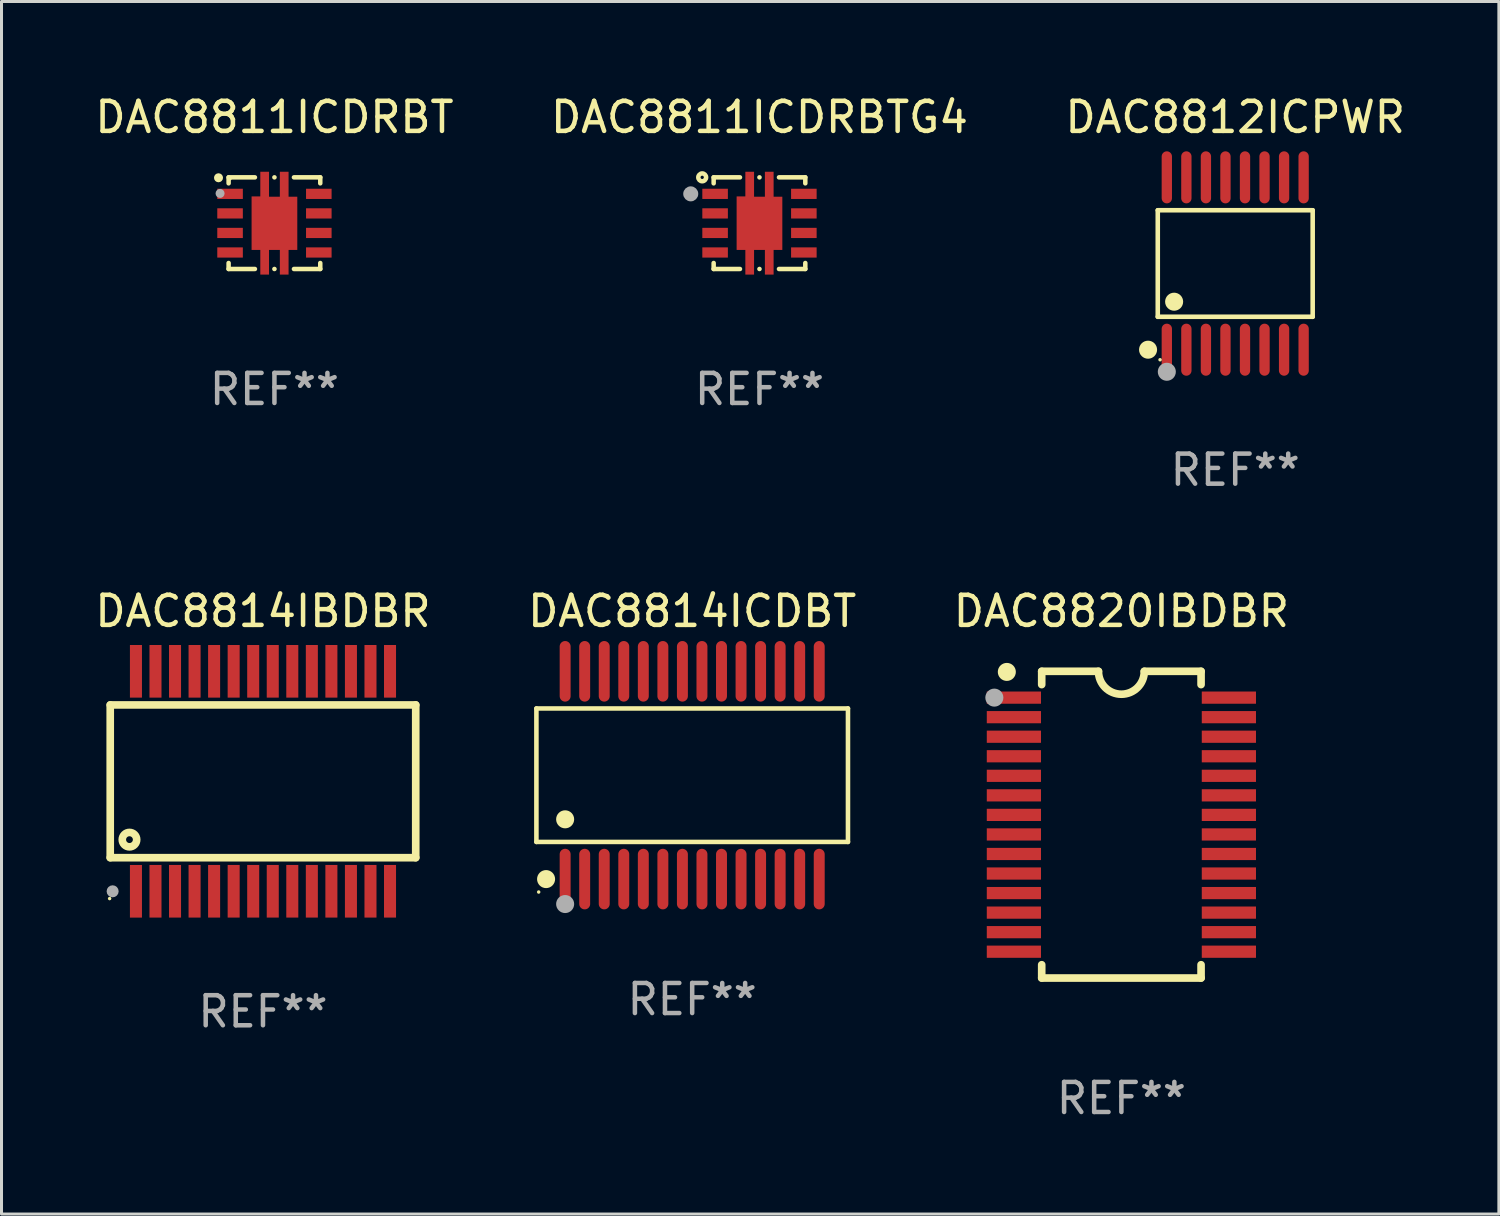
<source format=kicad_pcb>
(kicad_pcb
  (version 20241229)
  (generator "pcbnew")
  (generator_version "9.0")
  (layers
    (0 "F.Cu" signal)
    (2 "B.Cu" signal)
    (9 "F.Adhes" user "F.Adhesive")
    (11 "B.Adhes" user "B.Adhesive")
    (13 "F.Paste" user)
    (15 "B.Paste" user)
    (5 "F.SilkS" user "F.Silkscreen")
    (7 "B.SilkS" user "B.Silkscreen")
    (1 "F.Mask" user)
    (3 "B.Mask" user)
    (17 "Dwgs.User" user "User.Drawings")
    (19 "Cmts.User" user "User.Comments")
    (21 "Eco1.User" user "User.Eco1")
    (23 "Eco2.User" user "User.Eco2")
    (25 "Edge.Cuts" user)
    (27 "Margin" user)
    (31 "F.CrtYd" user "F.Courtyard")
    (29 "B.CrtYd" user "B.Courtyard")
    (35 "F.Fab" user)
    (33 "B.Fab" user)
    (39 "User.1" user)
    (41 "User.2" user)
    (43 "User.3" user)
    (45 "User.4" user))
  (footprint "DAC8811ICDRBT"
    (layer "F.Cu")
    (at 6.077 4.372)
    (property "Reference" "DAC8811ICDRBT" (at 0 -3.524 0) (layer "F.SilkS") (effects (font (size 1 1) (thickness 0.15))))
    (attr through_hole)
    (fp_line (start -1.524 -1.524) (end -1.524 -1.325) (stroke (width 0.15) (type solid)) (layer "F.SilkS"))
    (fp_line (start -1.524 1.325) (end -1.524 1.524) (stroke (width 0.15) (type solid)) (layer "F.SilkS"))
    (fp_line (start -1.524 1.524) (end -0.649 1.524) (stroke (width 0.15) (type solid)) (layer "F.SilkS"))
    (fp_line (start -0.649 -1.524) (end -1.524 -1.524) (stroke (width 0.15) (type solid)) (layer "F.SilkS"))
    (fp_line (start -0.001 1.524) (end 0.001 1.524) (stroke (width 0.15) (type solid)) (layer "F.SilkS"))
    (fp_line (start 0.001 -1.524) (end -0.001 -1.524) (stroke (width 0.15) (type solid)) (layer "F.SilkS"))
    (fp_line (start 0.649 1.524) (end 1.524 1.524) (stroke (width 0.15) (type solid)) (layer "F.SilkS"))
    (fp_line (start 1.524 -1.524) (end 0.649 -1.524) (stroke (width 0.15) (type solid)) (layer "F.SilkS"))
    (fp_line (start 1.524 -1.325) (end 1.524 -1.524) (stroke (width 0.15) (type solid)) (layer "F.SilkS"))
    (fp_line (start 1.524 1.524) (end 1.524 1.325) (stroke (width 0.15) (type solid)) (layer "F.SilkS"))
    (fp_circle (center -1.86 -1.51) (end -1.785 -1.51) (stroke (width 0.15) (type solid)) (fill no) (layer "F.SilkS"))
    (fp_circle (center -1.477 -1.478) (end -1.447 -1.478) (stroke (width 0.06) (type solid)) (fill no) (layer "F.SilkS"))
    (fp_circle (center -1.808 -0.989) (end -1.733 -0.989) (stroke (width 0.15) (type solid)) (fill no) (layer "F.Fab"))
    (fp_text user "REF**" (at 0 5.524 0) (layer "F.Fab") (effects (font (size 1 1) (thickness 0.15))))
    (pad "1" smd rect (at -1.476 -0.975) (size 0.85 0.34) (layers "F.Cu" "F.Mask" "F.Paste"))
    (pad "2" smd rect (at -1.476 -0.325) (size 0.85 0.34) (layers "F.Cu" "F.Mask" "F.Paste"))
    (pad "3" smd rect (at -1.476 0.325) (size 0.85 0.34) (layers "F.Cu" "F.Mask" "F.Paste"))
    (pad "4" smd rect (at -1.476 0.975) (size 0.85 0.34) (layers "F.Cu" "F.Mask" "F.Paste"))
    (pad "5" smd rect (at 1.476 0.975) (size 0.85 0.34) (layers "F.Cu" "F.Mask" "F.Paste"))
    (pad "6" smd rect (at 1.476 0.325) (size 0.85 0.34) (layers "F.Cu" "F.Mask" "F.Paste"))
    (pad "7" smd rect (at 1.476 -0.325) (size 0.85 0.34) (layers "F.Cu" "F.Mask" "F.Paste"))
    (pad "8" smd rect (at 1.476 -0.975) (size 0.85 0.34) (layers "F.Cu" "F.Mask" "F.Paste"))
    (pad "9" smd custom (at -0.000025 0.005) (size 1.52 3.42) (layers "F.Cu" "F.Mask" "F.Paste") (options (anchor circle)) (primitives (gr_poly (pts (xy -0.76 -0.895) (xy -0.47 -0.895) (xy -0.47 -1.715) (xy -0.18 -1.715) (xy -0.18 -0.885) (xy 0.18 -0.885) (xy 0.18 -1.715) (xy 0.47 -1.715) (xy 0.47 -0.885) (xy 0.76 -0.885) (xy 0.76 0.885) (xy 0.47 0.885) (xy 0.47 1.705) (xy 0.18 1.705) (xy 0.18 0.885) (xy -0.18 0.885) (xy -0.18 1.705) (xy -0.47 1.705) (xy -0.47 0.885) (xy -0.76 0.885) (xy -0.76 -0.895) (xy -0.76 -0.895)) (width 0) (fill yes)))))
  (footprint "DAC8820IBDBR"
    (layer "F.Cu")
    (at 34.244 24.376)
    (property "Reference" "DAC8820IBDBR" (at 0 -7.1 0) (layer "F.SilkS") (effects (font (size 1 1) (thickness 0.15))))
    (attr through_hole)
    (fp_line (start -2.65 -5.1) (end -0.762 -5.1) (stroke (width 0.254) (type solid)) (layer "F.SilkS"))
    (fp_line (start -2.65 -4.658) (end -2.65 -5.1) (stroke (width 0.254) (type solid)) (layer "F.SilkS"))
    (fp_line (start -2.65 5.1) (end -2.65 4.658) (stroke (width 0.254) (type solid)) (layer "F.SilkS"))
    (fp_line (start -2.65 5.1) (end 2.65 5.1) (stroke (width 0.254) (type solid)) (layer "F.SilkS"))
    (fp_line (start 2.65 -5.1) (end 0.762 -5.1) (stroke (width 0.254) (type solid)) (layer "F.SilkS"))
    (fp_line (start 2.65 -5.1) (end 2.65 -4.658) (stroke (width 0.254) (type solid)) (layer "F.SilkS"))
    (fp_line (start 2.65 4.658) (end 2.65 5.1) (stroke (width 0.254) (type solid)) (layer "F.SilkS"))
    (fp_arc (start 0.761925 -5.1) (mid -0.000241 -4.338329) (end -0.762077 -5.10033) (stroke (width 0.254001) (type solid)) (layer "F.SilkS"))
    (fp_circle (center -3.858 -5.07) (end -3.828 -5.07) (stroke (width 0.06) (type solid)) (fill no) (layer "F.SilkS"))
    (fp_circle (center -3.81 -5.08) (end -3.66 -5.08) (stroke (width 0.3) (type solid)) (fill no) (layer "F.SilkS"))
    (fp_circle (center -4.225 -4.225) (end -4.075 -4.225) (stroke (width 0.3) (type solid)) (fill no) (layer "F.Fab"))
    (fp_text user "REF**" (at 0 9.1 0) (layer "F.Fab") (effects (font (size 1 1) (thickness 0.15))))
    (pad "1" smd rect (at -3.575 -4.225) (size 1.803 0.406) (layers "F.Cu" "F.Mask" "F.Paste"))
    (pad "2" smd rect (at -3.575 -3.575) (size 1.803 0.406) (layers "F.Cu" "F.Mask" "F.Paste"))
    (pad "3" smd rect (at -3.575 -2.925) (size 1.803 0.406) (layers "F.Cu" "F.Mask" "F.Paste"))
    (pad "4" smd rect (at -3.575 -2.275) (size 1.803 0.406) (layers "F.Cu" "F.Mask" "F.Paste"))
    (pad "5" smd rect (at -3.575 -1.625) (size 1.803 0.406) (layers "F.Cu" "F.Mask" "F.Paste"))
    (pad "6" smd rect (at -3.575 -0.975) (size 1.803 0.406) (layers "F.Cu" "F.Mask" "F.Paste"))
    (pad "7" smd rect (at -3.575 -0.325) (size 1.803 0.406) (layers "F.Cu" "F.Mask" "F.Paste"))
    (pad "8" smd rect (at -3.575 0.325) (size 1.803 0.406) (layers "F.Cu" "F.Mask" "F.Paste"))
    (pad "9" smd rect (at -3.575 0.975) (size 1.803 0.406) (layers "F.Cu" "F.Mask" "F.Paste"))
    (pad "10" smd rect (at -3.575 1.625) (size 1.803 0.406) (layers "F.Cu" "F.Mask" "F.Paste"))
    (pad "11" smd rect (at -3.575 2.275) (size 1.803 0.406) (layers "F.Cu" "F.Mask" "F.Paste"))
    (pad "12" smd rect (at -3.575 2.925) (size 1.803 0.406) (layers "F.Cu" "F.Mask" "F.Paste"))
    (pad "13" smd rect (at -3.575 3.575) (size 1.803 0.406) (layers "F.Cu" "F.Mask" "F.Paste"))
    (pad "14" smd rect (at -3.575 4.225) (size 1.803 0.406) (layers "F.Cu" "F.Mask" "F.Paste"))
    (pad "15" smd rect (at 3.575 4.225) (size 1.803 0.406) (layers "F.Cu" "F.Mask" "F.Paste"))
    (pad "16" smd rect (at 3.575 3.575) (size 1.803 0.406) (layers "F.Cu" "F.Mask" "F.Paste"))
    (pad "17" smd rect (at 3.575 2.925) (size 1.803 0.406) (layers "F.Cu" "F.Mask" "F.Paste"))
    (pad "18" smd rect (at 3.575 2.275) (size 1.803 0.406) (layers "F.Cu" "F.Mask" "F.Paste"))
    (pad "19" smd rect (at 3.575 1.625) (size 1.803 0.406) (layers "F.Cu" "F.Mask" "F.Paste"))
    (pad "20" smd rect (at 3.575 0.975) (size 1.803 0.406) (layers "F.Cu" "F.Mask" "F.Paste"))
    (pad "21" smd rect (at 3.575 0.325) (size 1.803 0.406) (layers "F.Cu" "F.Mask" "F.Paste"))
    (pad "22" smd rect (at 3.575 -0.325) (size 1.803 0.406) (layers "F.Cu" "F.Mask" "F.Paste"))
    (pad "23" smd rect (at 3.575 -0.975) (size 1.803 0.406) (layers "F.Cu" "F.Mask" "F.Paste"))
    (pad "24" smd rect (at 3.575 -1.625) (size 1.803 0.406) (layers "F.Cu" "F.Mask" "F.Paste"))
    (pad "25" smd rect (at 3.575 -2.275) (size 1.803 0.406) (layers "F.Cu" "F.Mask" "F.Paste"))
    (pad "26" smd rect (at 3.575 -2.925) (size 1.803 0.406) (layers "F.Cu" "F.Mask" "F.Paste"))
    (pad "27" smd rect (at 3.575 -3.575) (size 1.803 0.406) (layers "F.Cu" "F.Mask" "F.Paste"))
    (pad "28" smd rect (at 3.575 -4.225) (size 1.803 0.406) (layers "F.Cu" "F.Mask" "F.Paste")))
  (footprint "DAC8814IBDBR"
    (layer "F.Cu")
    (at 5.696 22.934)
    (property "Reference" "DAC8814IBDBR" (at 0 -5.658 0) (layer "F.SilkS") (effects (font (size 1 1) (thickness 0.15))))
    (attr through_hole)
    (fp_line (start -5.08 -2.54) (end -5.08 2.54) (stroke (width 0.254) (type solid)) (layer "F.SilkS"))
    (fp_line (start -5.08 -2.54) (end 5.08 -2.54) (stroke (width 0.254) (type solid)) (layer "F.SilkS"))
    (fp_line (start 5.08 -2.54) (end 5.08 2.54) (stroke (width 0.254) (type solid)) (layer "F.SilkS"))
    (fp_line (start 5.08 2.54) (end -5.08 2.54) (stroke (width 0.254) (type solid)) (layer "F.SilkS"))
    (fp_circle (center -5.1 3.9) (end -5.07 3.9) (stroke (width 0.06) (type solid)) (fill no) (layer "F.SilkS"))
    (fp_circle (center -4.44 1.94) (end -4.2 1.94) (stroke (width 0.254) (type solid)) (fill no) (layer "F.SilkS"))
    (fp_circle (center -5 3.658) (end -4.9 3.658) (stroke (width 0.2) (type solid)) (fill no) (layer "F.Fab"))
    (fp_text user "REF**" (at 0 7.658 0) (layer "F.Fab") (effects (font (size 1 1) (thickness 0.15))))
    (pad "1" smd rect (at -4.225 3.658) (size 0.4 1.75) (layers "F.Cu" "F.Mask" "F.Paste"))
    (pad "2" smd rect (at -3.575 3.657) (size 0.4 1.75) (layers "F.Cu" "F.Mask" "F.Paste"))
    (pad "3" smd rect (at -2.925 3.657) (size 0.4 1.75) (layers "F.Cu" "F.Mask" "F.Paste"))
    (pad "4" smd rect (at -2.275 3.657) (size 0.4 1.75) (layers "F.Cu" "F.Mask" "F.Paste"))
    (pad "5" smd rect (at -1.625 3.657) (size 0.4 1.75) (layers "F.Cu" "F.Mask" "F.Paste"))
    (pad "6" smd rect (at -0.975 3.657) (size 0.4 1.75) (layers "F.Cu" "F.Mask" "F.Paste"))
    (pad "7" smd rect (at -0.325 3.657) (size 0.4 1.75) (layers "F.Cu" "F.Mask" "F.Paste"))
    (pad "8" smd rect (at 0.325 3.657) (size 0.4 1.75) (layers "F.Cu" "F.Mask" "F.Paste"))
    (pad "9" smd rect (at 0.975 3.657) (size 0.4 1.75) (layers "F.Cu" "F.Mask" "F.Paste"))
    (pad "10" smd rect (at 1.625 3.657) (size 0.4 1.75) (layers "F.Cu" "F.Mask" "F.Paste"))
    (pad "11" smd rect (at 2.275 3.657) (size 0.4 1.75) (layers "F.Cu" "F.Mask" "F.Paste"))
    (pad "12" smd rect (at 2.925 3.657) (size 0.4 1.75) (layers "F.Cu" "F.Mask" "F.Paste"))
    (pad "13" smd rect (at 3.575 3.657) (size 0.4 1.75) (layers "F.Cu" "F.Mask" "F.Paste"))
    (pad "14" smd rect (at 4.225 3.657) (size 0.4 1.75) (layers "F.Cu" "F.Mask" "F.Paste"))
    (pad "15" smd rect (at 4.225 -3.658) (size 0.4 1.75) (layers "F.Cu" "F.Mask" "F.Paste"))
    (pad "16" smd rect (at 3.575 -3.658) (size 0.4 1.75) (layers "F.Cu" "F.Mask" "F.Paste"))
    (pad "17" smd rect (at 2.925 -3.658) (size 0.4 1.75) (layers "F.Cu" "F.Mask" "F.Paste"))
    (pad "18" smd rect (at 2.275 -3.658) (size 0.4 1.75) (layers "F.Cu" "F.Mask" "F.Paste"))
    (pad "19" smd rect (at 1.625 -3.658) (size 0.4 1.75) (layers "F.Cu" "F.Mask" "F.Paste"))
    (pad "20" smd rect (at 0.975 -3.658) (size 0.4 1.75) (layers "F.Cu" "F.Mask" "F.Paste"))
    (pad "21" smd rect (at 0.325 -3.658) (size 0.4 1.75) (layers "F.Cu" "F.Mask" "F.Paste"))
    (pad "22" smd rect (at -0.325 -3.658) (size 0.4 1.75) (layers "F.Cu" "F.Mask" "F.Paste"))
    (pad "23" smd rect (at -0.975 -3.658) (size 0.4 1.75) (layers "F.Cu" "F.Mask" "F.Paste"))
    (pad "24" smd rect (at -1.625 -3.658) (size 0.4 1.75) (layers "F.Cu" "F.Mask" "F.Paste"))
    (pad "25" smd rect (at -2.275 -3.658) (size 0.4 1.75) (layers "F.Cu" "F.Mask" "F.Paste"))
    (pad "26" smd rect (at -2.925 -3.658) (size 0.4 1.75) (layers "F.Cu" "F.Mask" "F.Paste"))
    (pad "27" smd rect (at -3.575 -3.658) (size 0.4 1.75) (layers "F.Cu" "F.Mask" "F.Paste"))
    (pad "28" smd rect (at -4.225 -3.658) (size 0.4 1.75) (layers "F.Cu" "F.Mask" "F.Paste")))
  (footprint "DAC8812ICPWR"
    (layer "F.Cu")
    (at 38.03 5.714)
    (property "Reference" "DAC8812ICPWR" (at 0 -4.866 0) (layer "F.SilkS") (effects (font (size 1 1) (thickness 0.15))))
    (attr through_hole)
    (fp_line (start -2.576 -1.772) (end 2.576 -1.772) (stroke (width 0.152) (type solid)) (layer "F.SilkS"))
    (fp_line (start -2.576 1.771) (end -2.576 -1.772) (stroke (width 0.152) (type solid)) (layer "F.SilkS"))
    (fp_line (start 2.576 -1.772) (end 2.576 1.771) (stroke (width 0.152) (type solid)) (layer "F.SilkS"))
    (fp_line (start 2.576 1.771) (end -2.576 1.771) (stroke (width 0.152) (type solid)) (layer "F.SilkS"))
    (fp_circle (center -2.899 2.866) (end -2.749 2.866) (stroke (width 0.3) (type solid)) (fill no) (layer "F.SilkS"))
    (fp_circle (center -2.5 3.2) (end -2.47 3.2) (stroke (width 0.06) (type solid)) (fill no) (layer "F.SilkS"))
    (fp_circle (center -2.032 1.27) (end -1.882 1.27) (stroke (width 0.3) (type solid)) (fill no) (layer "F.SilkS"))
    (fp_circle (center -2.275 3.6) (end -2.125 3.6) (stroke (width 0.3) (type solid)) (fill no) (layer "F.Fab"))
    (fp_text user "REF**" (at 0 6.866 0) (layer "F.Fab") (effects (font (size 1 1) (thickness 0.15))))
    (pad "1" smd oval (at -2.275 2.866) (size 0.343 1.731) (layers "F.Cu" "F.Mask" "F.Paste"))
    (pad "2" smd oval (at -1.625 2.866) (size 0.343 1.731) (layers "F.Cu" "F.Mask" "F.Paste"))
    (pad "3" smd oval (at -0.975 2.866) (size 0.343 1.731) (layers "F.Cu" "F.Mask" "F.Paste"))
    (pad "4" smd oval (at -0.325 2.866) (size 0.343 1.731) (layers "F.Cu" "F.Mask" "F.Paste"))
    (pad "5" smd oval (at 0.325 2.866) (size 0.343 1.731) (layers "F.Cu" "F.Mask" "F.Paste"))
    (pad "6" smd oval (at 0.975 2.866) (size 0.343 1.731) (layers "F.Cu" "F.Mask" "F.Paste"))
    (pad "7" smd oval (at 1.625 2.866) (size 0.343 1.731) (layers "F.Cu" "F.Mask" "F.Paste"))
    (pad "8" smd oval (at 2.275 2.866) (size 0.343 1.731) (layers "F.Cu" "F.Mask" "F.Paste"))
    (pad "9" smd oval (at 2.275 -2.866) (size 0.343 1.731) (layers "F.Cu" "F.Mask" "F.Paste"))
    (pad "10" smd oval (at 1.625 -2.866) (size 0.343 1.731) (layers "F.Cu" "F.Mask" "F.Paste"))
    (pad "11" smd oval (at 0.975 -2.866) (size 0.343 1.731) (layers "F.Cu" "F.Mask" "F.Paste"))
    (pad "12" smd oval (at 0.325 -2.866) (size 0.343 1.731) (layers "F.Cu" "F.Mask" "F.Paste"))
    (pad "13" smd oval (at -0.325 -2.866) (size 0.343 1.731) (layers "F.Cu" "F.Mask" "F.Paste"))
    (pad "14" smd oval (at -0.975 -2.866) (size 0.343 1.731) (layers "F.Cu" "F.Mask" "F.Paste"))
    (pad "15" smd oval (at -1.625 -2.866) (size 0.343 1.731) (layers "F.Cu" "F.Mask" "F.Paste"))
    (pad "16" smd oval (at -2.275 -2.866) (size 0.343 1.731) (layers "F.Cu" "F.Mask" "F.Paste")))
  (footprint "DAC8814ICDBT"
    (layer "F.Cu")
    (at 19.97 22.731)
    (property "Reference" "DAC8814ICDBT" (at 0 -5.455 0) (layer "F.SilkS") (effects (font (size 1 1) (thickness 0.15))))
    (attr through_hole)
    (fp_line (start -5.181 -2.219) (end 5.181 -2.219) (stroke (width 0.152) (type solid)) (layer "F.SilkS"))
    (fp_line (start -5.181 2.219) (end -5.181 -2.219) (stroke (width 0.152) (type solid)) (layer "F.SilkS"))
    (fp_line (start 5.181 -2.219) (end 5.181 2.219) (stroke (width 0.152) (type solid)) (layer "F.SilkS"))
    (fp_line (start 5.181 2.219) (end -5.181 2.219) (stroke (width 0.152) (type solid)) (layer "F.SilkS"))
    (fp_circle (center -5.105 3.885) (end -5.075 3.885) (stroke (width 0.06) (type solid)) (fill no) (layer "F.SilkS"))
    (fp_circle (center -4.859 3.455) (end -4.709 3.455) (stroke (width 0.3) (type solid)) (fill no) (layer "F.SilkS"))
    (fp_circle (center -4.225 1.467) (end -4.075 1.467) (stroke (width 0.3) (type solid)) (fill no) (layer "F.SilkS"))
    (fp_circle (center -4.225 4.285) (end -4.075 4.285) (stroke (width 0.3) (type solid)) (fill no) (layer "F.Fab"))
    (fp_text user "REF**" (at 0 7.455 0) (layer "F.Fab") (effects (font (size 1 1) (thickness 0.15))))
    (pad "1" smd oval (at -4.225 3.455) (size 0.364 2.015) (layers "F.Cu" "F.Mask" "F.Paste"))
    (pad "2" smd oval (at -3.575 3.455) (size 0.364 2.015) (layers "F.Cu" "F.Mask" "F.Paste"))
    (pad "3" smd oval (at -2.925 3.455) (size 0.364 2.015) (layers "F.Cu" "F.Mask" "F.Paste"))
    (pad "4" smd oval (at -2.275 3.455) (size 0.364 2.015) (layers "F.Cu" "F.Mask" "F.Paste"))
    (pad "5" smd oval (at -1.625 3.455) (size 0.364 2.015) (layers "F.Cu" "F.Mask" "F.Paste"))
    (pad "6" smd oval (at -0.975 3.455) (size 0.364 2.015) (layers "F.Cu" "F.Mask" "F.Paste"))
    (pad "7" smd oval (at -0.325 3.455) (size 0.364 2.015) (layers "F.Cu" "F.Mask" "F.Paste"))
    (pad "8" smd oval (at 0.325 3.455) (size 0.364 2.015) (layers "F.Cu" "F.Mask" "F.Paste"))
    (pad "9" smd oval (at 0.975 3.455) (size 0.364 2.015) (layers "F.Cu" "F.Mask" "F.Paste"))
    (pad "10" smd oval (at 1.625 3.455) (size 0.364 2.015) (layers "F.Cu" "F.Mask" "F.Paste"))
    (pad "11" smd oval (at 2.275 3.455) (size 0.364 2.015) (layers "F.Cu" "F.Mask" "F.Paste"))
    (pad "12" smd oval (at 2.925 3.455) (size 0.364 2.015) (layers "F.Cu" "F.Mask" "F.Paste"))
    (pad "13" smd oval (at 3.575 3.455) (size 0.364 2.015) (layers "F.Cu" "F.Mask" "F.Paste"))
    (pad "14" smd oval (at 4.225 3.455) (size 0.364 2.015) (layers "F.Cu" "F.Mask" "F.Paste"))
    (pad "15" smd oval (at 4.225 -3.455) (size 0.364 2.015) (layers "F.Cu" "F.Mask" "F.Paste"))
    (pad "16" smd oval (at 3.575 -3.455) (size 0.364 2.015) (layers "F.Cu" "F.Mask" "F.Paste"))
    (pad "17" smd oval (at 2.925 -3.455) (size 0.364 2.015) (layers "F.Cu" "F.Mask" "F.Paste"))
    (pad "18" smd oval (at 2.275 -3.455) (size 0.364 2.015) (layers "F.Cu" "F.Mask" "F.Paste"))
    (pad "19" smd oval (at 1.625 -3.455) (size 0.364 2.015) (layers "F.Cu" "F.Mask" "F.Paste"))
    (pad "20" smd oval (at 0.975 -3.455) (size 0.364 2.015) (layers "F.Cu" "F.Mask" "F.Paste"))
    (pad "21" smd oval (at 0.325 -3.455) (size 0.364 2.015) (layers "F.Cu" "F.Mask" "F.Paste"))
    (pad "22" smd oval (at -0.325 -3.455) (size 0.364 2.015) (layers "F.Cu" "F.Mask" "F.Paste"))
    (pad "23" smd oval (at -0.975 -3.455) (size 0.364 2.015) (layers "F.Cu" "F.Mask" "F.Paste"))
    (pad "24" smd oval (at -1.625 -3.455) (size 0.364 2.015) (layers "F.Cu" "F.Mask" "F.Paste"))
    (pad "25" smd oval (at -2.275 -3.455) (size 0.364 2.015) (layers "F.Cu" "F.Mask" "F.Paste"))
    (pad "26" smd oval (at -2.925 -3.455) (size 0.364 2.015) (layers "F.Cu" "F.Mask" "F.Paste"))
    (pad "27" smd oval (at -3.575 -3.455) (size 0.364 2.015) (layers "F.Cu" "F.Mask" "F.Paste"))
    (pad "28" smd oval (at -4.225 -3.455) (size 0.364 2.015) (layers "F.Cu" "F.Mask" "F.Paste")))
  (footprint "DAC8811ICDRBTG4"
    (layer "F.Cu")
    (at 22.208 4.372)
    (property "Reference" "DAC8811ICDRBTG4" (at 0 -3.524 0) (layer "F.SilkS") (effects (font (size 1 1) (thickness 0.15))))
    (attr through_hole)
    (fp_line (start -1.524 -1.524) (end -1.524 -1.325) (stroke (width 0.15) (type solid)) (layer "F.SilkS"))
    (fp_line (start -1.524 1.325) (end -1.524 1.524) (stroke (width 0.15) (type solid)) (layer "F.SilkS"))
    (fp_line (start -1.524 1.524) (end -0.649 1.524) (stroke (width 0.15) (type solid)) (layer "F.SilkS"))
    (fp_line (start -0.649 -1.524) (end -1.524 -1.524) (stroke (width 0.15) (type solid)) (layer "F.SilkS"))
    (fp_line (start -0.001 1.524) (end 0.001 1.524) (stroke (width 0.15) (type solid)) (layer "F.SilkS"))
    (fp_line (start 0.001 -1.524) (end -0.001 -1.524) (stroke (width 0.15) (type solid)) (layer "F.SilkS"))
    (fp_line (start 0.649 1.524) (end 1.524 1.524) (stroke (width 0.15) (type solid)) (layer "F.SilkS"))
    (fp_line (start 1.524 -1.524) (end 0.649 -1.524) (stroke (width 0.15) (type solid)) (layer "F.SilkS"))
    (fp_line (start 1.524 -1.325) (end 1.524 -1.524) (stroke (width 0.15) (type solid)) (layer "F.SilkS"))
    (fp_line (start 1.524 1.524) (end 1.524 1.325) (stroke (width 0.15) (type solid)) (layer "F.SilkS"))
    (fp_circle (center -1.905 -1.524) (end -1.85 -1.524) (stroke (width 0.15) (type solid)) (fill no) (layer "F.SilkS"))
    (fp_circle (center -1.5 -1.5) (end -1.47 -1.5) (stroke (width 0.06) (type solid)) (fill no) (layer "F.SilkS"))
    (fp_circle (center -2.286 -0.975) (end -2.161 -0.975) (stroke (width 0.25) (type solid)) (fill no) (layer "F.Fab"))
    (fp_text user "REF**" (at 0 5.524 0) (layer "F.Fab") (effects (font (size 1 1) (thickness 0.15))))
    (pad "1" smd rect (at -1.476 -0.975 270) (size 0.34 0.85) (layers "F.Cu" "F.Mask" "F.Paste"))
    (pad "2" smd rect (at -1.476 -0.325 270) (size 0.34 0.85) (layers "F.Cu" "F.Mask" "F.Paste"))
    (pad "3" smd rect (at -1.476 0.325 270) (size 0.34 0.85) (layers "F.Cu" "F.Mask" "F.Paste"))
    (pad "4" smd rect (at -1.476 0.975 270) (size 0.34 0.85) (layers "F.Cu" "F.Mask" "F.Paste"))
    (pad "5" smd rect (at 1.476 0.975 90) (size 0.34 0.85) (layers "F.Cu" "F.Mask" "F.Paste"))
    (pad "6" smd rect (at 1.476 0.325 90) (size 0.34 0.85) (layers "F.Cu" "F.Mask" "F.Paste"))
    (pad "7" smd rect (at 1.476 -0.325 90) (size 0.34 0.85) (layers "F.Cu" "F.Mask" "F.Paste"))
    (pad "8" smd rect (at 1.476 -0.975 90) (size 0.34 0.85) (layers "F.Cu" "F.Mask" "F.Paste"))
    (pad "9" smd custom (at 0 0.005) (size 1.52 3.42) (layers "F.Cu" "F.Mask" "F.Paste") (options (anchor circle)) (primitives (gr_poly (pts (xy -0.76 -0.895) (xy -0.47 -0.895) (xy -0.47 -1.715) (xy -0.18 -1.715) (xy -0.18 -0.885) (xy 0.18 -0.885) (xy 0.18 -1.715) (xy 0.47 -1.715) (xy 0.47 -0.885) (xy 0.76 -0.885) (xy 0.76 0.885) (xy 0.47 0.885) (xy 0.47 1.705) (xy 0.18 1.705) (xy 0.18 0.885) (xy -0.18 0.885) (xy -0.18 1.705) (xy -0.47 1.705) (xy -0.47 0.885) (xy -0.76 0.885) (xy -0.76 -0.895) (xy -0.76 -0.895)) (width 0) (fill yes)))))
  (gr_rect
    (start -3 -3)
    (end 46.798 37.325)
    (stroke (width 0.1) (type default))
    (fill no)
    (layer "Edge.Cuts")))
</source>
